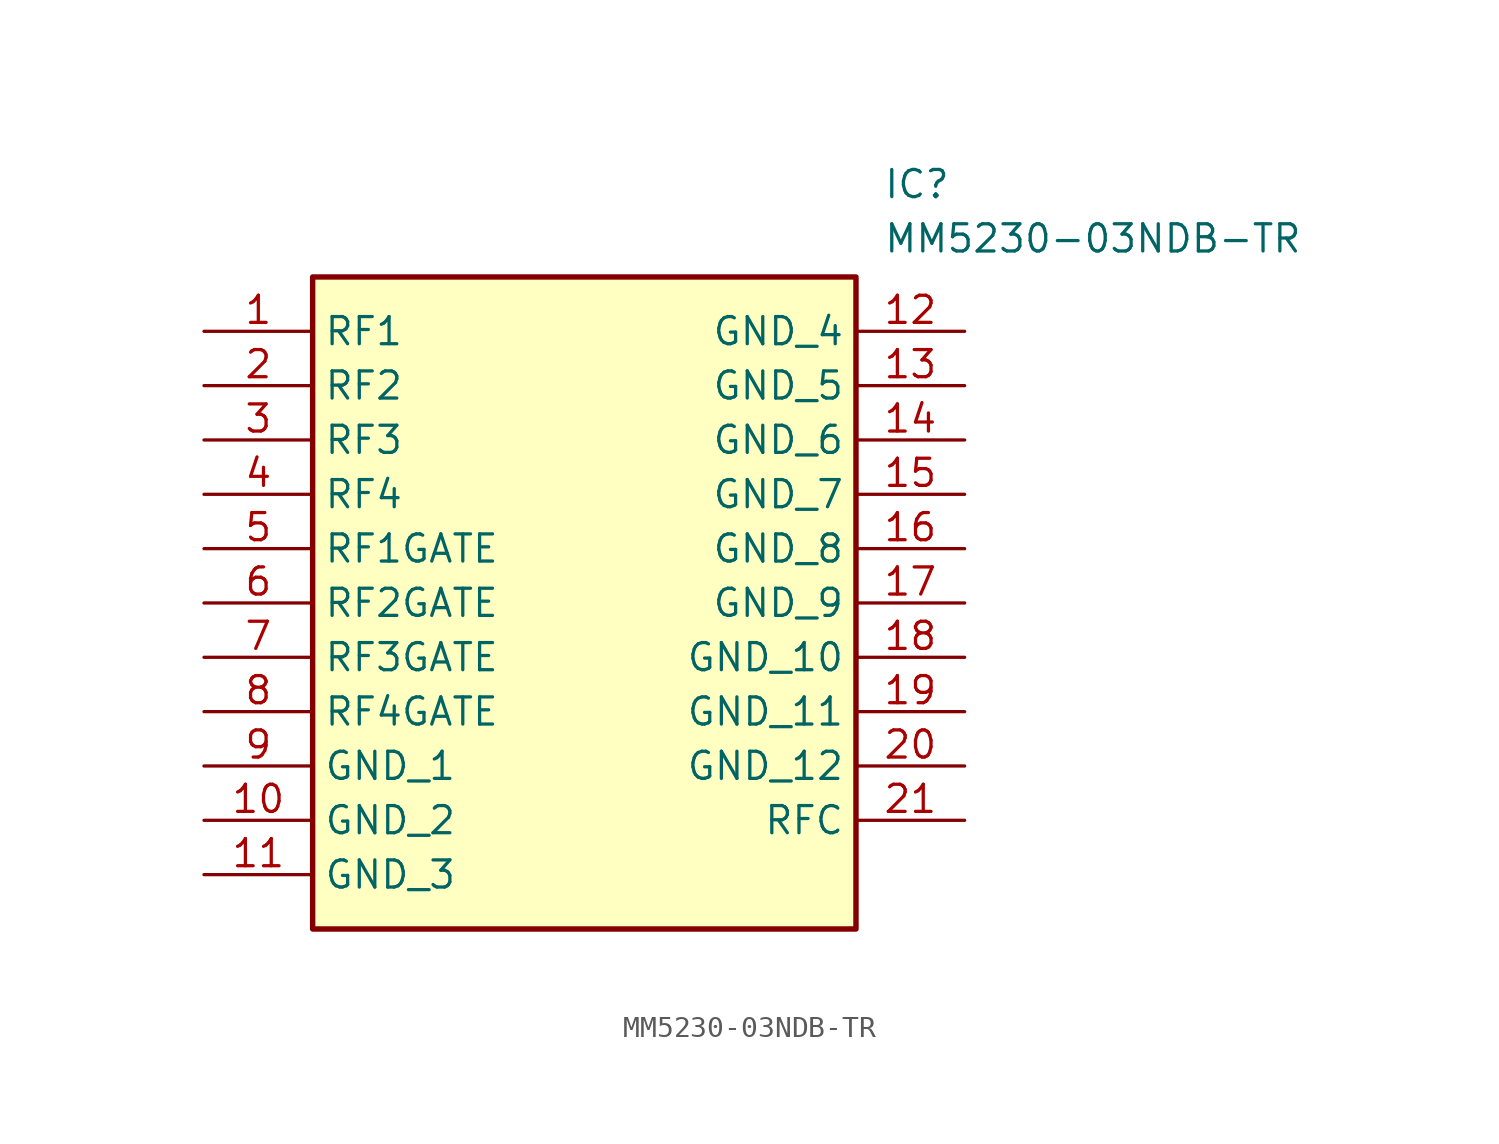
<source format=kicad_sym>
(kicad_symbol_lib
  (version 20241209)
  (generator "kicad_symbol_editor")
  (generator_version "9.0")
  (symbol "MM5230-03NDB-TR"
    (property "Reference" "IC"
      (at 31.75 7.62 0)
      (effects (font (size 1.27 1.27)) (justify left top)))
    (property "Value" "MM5230-03NDB-TR"
      (at 31.75 5.08 0)
      (effects (font (size 1.27 1.27)) (justify left top)))
    (symbol "MM5230-03NDB-TR_1_1"
      (rectangle (start 5.08 2.54) (end 30.48 -27.94) (stroke (width 0.254) (type default)) (fill (type background)))
      (pin passive line (at 0 0 0) (length 5.08) (name "RF1" (effects (font (size 1.27 1.27)))) (number "1" (effects (font (size 1.27 1.27)))))
      (pin passive line (at 0 -2.54 0) (length 5.08) (name "RF2" (effects (font (size 1.27 1.27)))) (number "2" (effects (font (size 1.27 1.27)))))
      (pin passive line (at 0 -5.08 0) (length 5.08) (name "RF3" (effects (font (size 1.27 1.27)))) (number "3" (effects (font (size 1.27 1.27)))))
      (pin passive line (at 0 -7.62 0) (length 5.08) (name "RF4" (effects (font (size 1.27 1.27)))) (number "4" (effects (font (size 1.27 1.27)))))
      (pin passive line (at 0 -10.16 0) (length 5.08) (name "RF1GATE" (effects (font (size 1.27 1.27)))) (number "5" (effects (font (size 1.27 1.27)))))
      (pin passive line (at 0 -12.7 0) (length 5.08) (name "RF2GATE" (effects (font (size 1.27 1.27)))) (number "6" (effects (font (size 1.27 1.27)))))
      (pin passive line (at 0 -15.24 0) (length 5.08) (name "RF3GATE" (effects (font (size 1.27 1.27)))) (number "7" (effects (font (size 1.27 1.27)))))
      (pin passive line (at 0 -17.78 0) (length 5.08) (name "RF4GATE" (effects (font (size 1.27 1.27)))) (number "8" (effects (font (size 1.27 1.27)))))
      (pin passive line (at 0 -20.32 0) (length 5.08) (name "GND_1" (effects (font (size 1.27 1.27)))) (number "9" (effects (font (size 1.27 1.27)))))
      (pin passive line (at 0 -22.86 0) (length 5.08) (name "GND_2" (effects (font (size 1.27 1.27)))) (number "10" (effects (font (size 1.27 1.27)))))
      (pin passive line (at 0 -25.4 0) (length 5.08) (name "GND_3" (effects (font (size 1.27 1.27)))) (number "11" (effects (font (size 1.27 1.27)))))
      (pin passive line (at 35.56 0 180) (length 5.08) (name "GND_4" (effects (font (size 1.27 1.27)))) (number "12" (effects (font (size 1.27 1.27)))))
      (pin passive line (at 35.56 -2.54 180) (length 5.08) (name "GND_5" (effects (font (size 1.27 1.27)))) (number "13" (effects (font (size 1.27 1.27)))))
      (pin passive line (at 35.56 -5.08 180) (length 5.08) (name "GND_6" (effects (font (size 1.27 1.27)))) (number "14" (effects (font (size 1.27 1.27)))))
      (pin passive line (at 35.56 -7.62 180) (length 5.08) (name "GND_7" (effects (font (size 1.27 1.27)))) (number "15" (effects (font (size 1.27 1.27)))))
      (pin passive line (at 35.56 -10.16 180) (length 5.08) (name "GND_8" (effects (font (size 1.27 1.27)))) (number "16" (effects (font (size 1.27 1.27)))))
      (pin passive line (at 35.56 -12.7 180) (length 5.08) (name "GND_9" (effects (font (size 1.27 1.27)))) (number "17" (effects (font (size 1.27 1.27)))))
      (pin passive line (at 35.56 -15.24 180) (length 5.08) (name "GND_10" (effects (font (size 1.27 1.27)))) (number "18" (effects (font (size 1.27 1.27)))))
      (pin passive line (at 35.56 -17.78 180) (length 5.08) (name "GND_11" (effects (font (size 1.27 1.27)))) (number "19" (effects (font (size 1.27 1.27)))))
      (pin passive line (at 35.56 -20.32 180) (length 5.08) (name "GND_12" (effects (font (size 1.27 1.27)))) (number "20" (effects (font (size 1.27 1.27)))))
      (pin passive line (at 35.56 -22.86 180) (length 5.08) (name "RFC" (effects (font (size 1.27 1.27)))) (number "21" (effects (font (size 1.27 1.27))))))))
</source>
